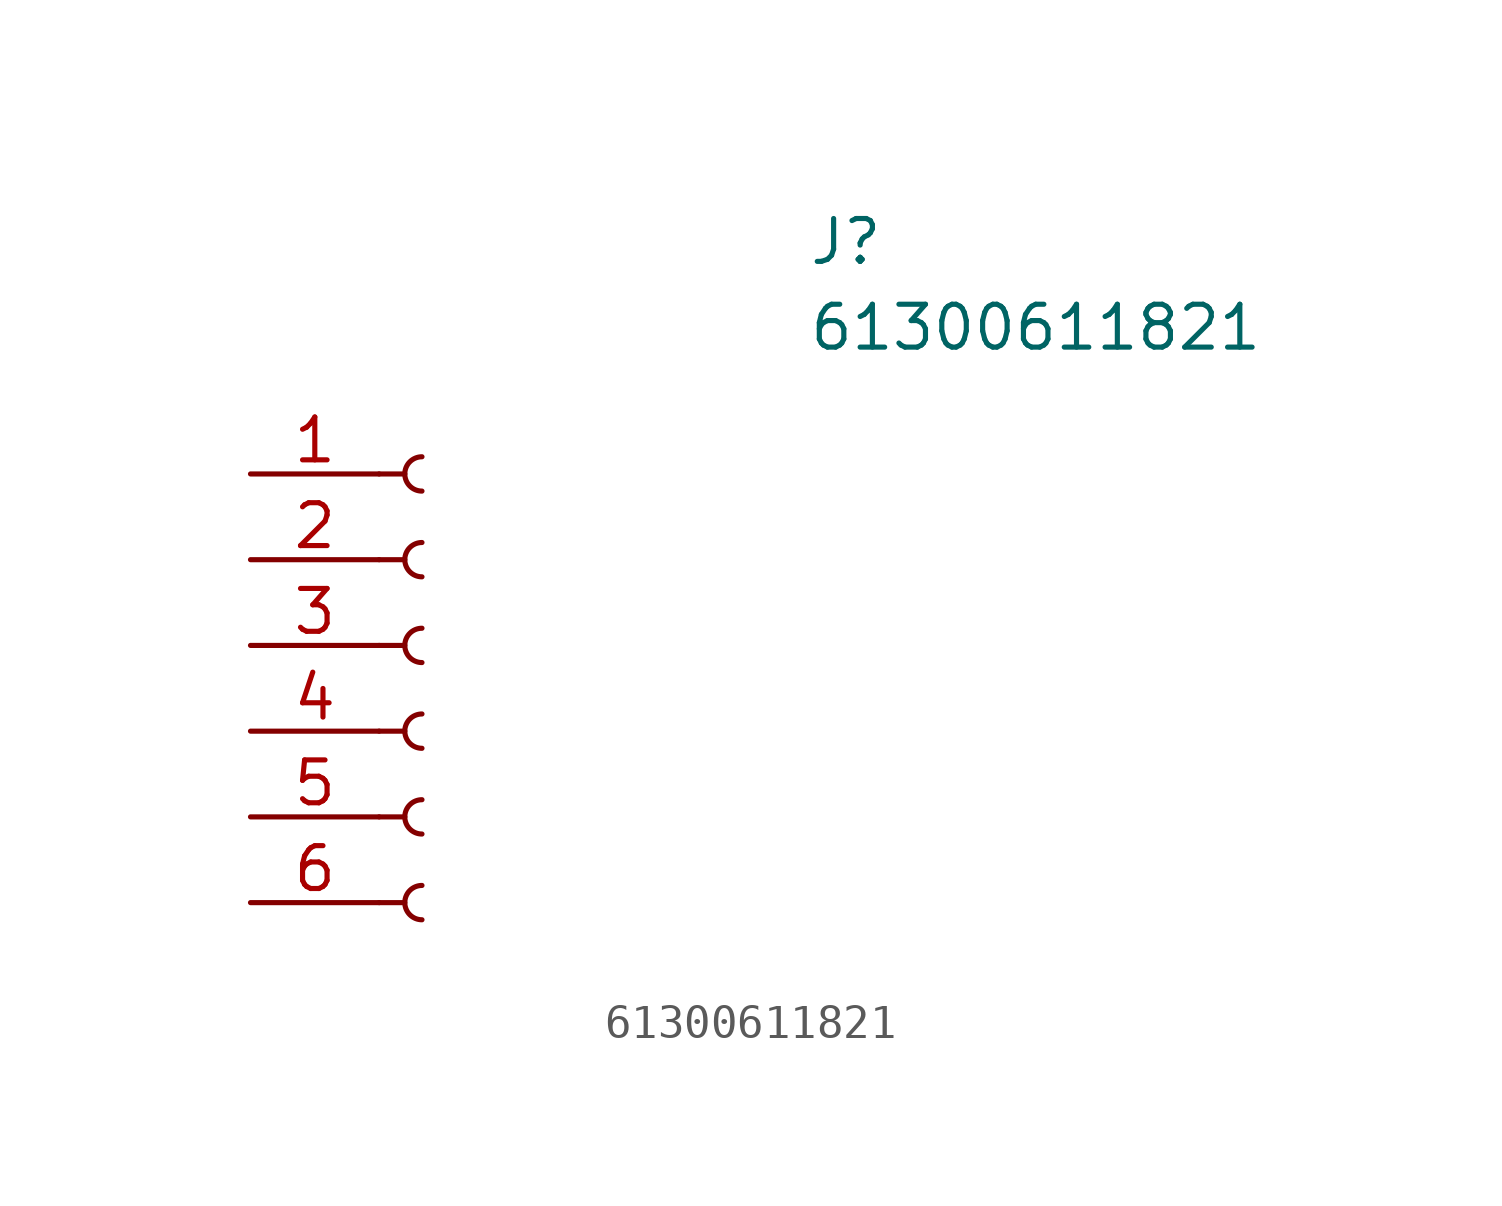
<source format=kicad_sym>
(kicad_symbol_lib
  (version 20220914)
  (generator kicad_symbol_editor)
  (symbol "61300611821"
    (pin_names hide)
    (property "Reference" "J"
      (at 16.51 7.62 0)
      (effects (font (size 1.27 1.27)) (justify left top)))
    (property "Value" "61300611821"
      (at 16.51 5.08 0)
      (effects (font (size 1.27 1.27)) (justify left top)))
    (symbol "61300611821_1_1"
      (polyline (pts (xy 3.81 -12.7) (xy 4.572 -12.7)) (stroke (width 0.152) (type default)) (fill (type none)))
      (polyline (pts (xy 3.81 -10.16) (xy 4.572 -10.16)) (stroke (width 0.152) (type default)) (fill (type none)))
      (polyline (pts (xy 3.81 -7.62) (xy 4.572 -7.62)) (stroke (width 0.152) (type default)) (fill (type none)))
      (polyline (pts (xy 3.81 -5.08) (xy 4.572 -5.08)) (stroke (width 0.152) (type default)) (fill (type none)))
      (polyline (pts (xy 3.81 -2.54) (xy 4.572 -2.54)) (stroke (width 0.152) (type default)) (fill (type none)))
      (polyline (pts (xy 3.81 0) (xy 4.572 0)) (stroke (width 0.152) (type default)) (fill (type none)))
      (arc (start 5.08 -12.192) (mid 4.5742 -12.7) (end 5.08 -13.208) (stroke (width 0.1524) (type default)) (fill (type none)))
      (arc (start 5.08 -9.652) (mid 4.5742 -10.16) (end 5.08 -10.668) (stroke (width 0.1524) (type default)) (fill (type none)))
      (arc (start 5.08 -7.112) (mid 4.5742 -7.62) (end 5.08 -8.128) (stroke (width 0.1524) (type default)) (fill (type none)))
      (arc (start 5.08 -4.572) (mid 4.5742 -5.08) (end 5.08 -5.588) (stroke (width 0.1524) (type default)) (fill (type none)))
      (arc (start 5.08 -2.032) (mid 4.5742 -2.54) (end 5.08 -3.048) (stroke (width 0.1524) (type default)) (fill (type none)))
      (arc (start 5.08 0.508) (mid 4.5742 0) (end 5.08 -0.508) (stroke (width 0.1524) (type default)) (fill (type none)))
      (pin passive line (at 0 0 0) (length 3.81) (name "Pin_1" (effects (font (size 1.27 1.27)))) (number "1" (effects (font (size 1.27 1.27)))))
      (pin passive line (at 0 -2.54 0) (length 3.81) (name "Pin_2" (effects (font (size 1.27 1.27)))) (number "2" (effects (font (size 1.27 1.27)))))
      (pin passive line (at 0 -5.08 0) (length 3.81) (name "Pin_3" (effects (font (size 1.27 1.27)))) (number "3" (effects (font (size 1.27 1.27)))))
      (pin passive line (at 0 -7.62 0) (length 3.81) (name "Pin_4" (effects (font (size 1.27 1.27)))) (number "4" (effects (font (size 1.27 1.27)))))
      (pin passive line (at 0 -10.16 0) (length 3.81) (name "Pin_5" (effects (font (size 1.27 1.27)))) (number "5" (effects (font (size 1.27 1.27)))))
      (pin passive line (at 0 -12.7 0) (length 3.81) (name "Pin_6" (effects (font (size 1.27 1.27)))) (number "6" (effects (font (size 1.27 1.27))))))))
</source>
